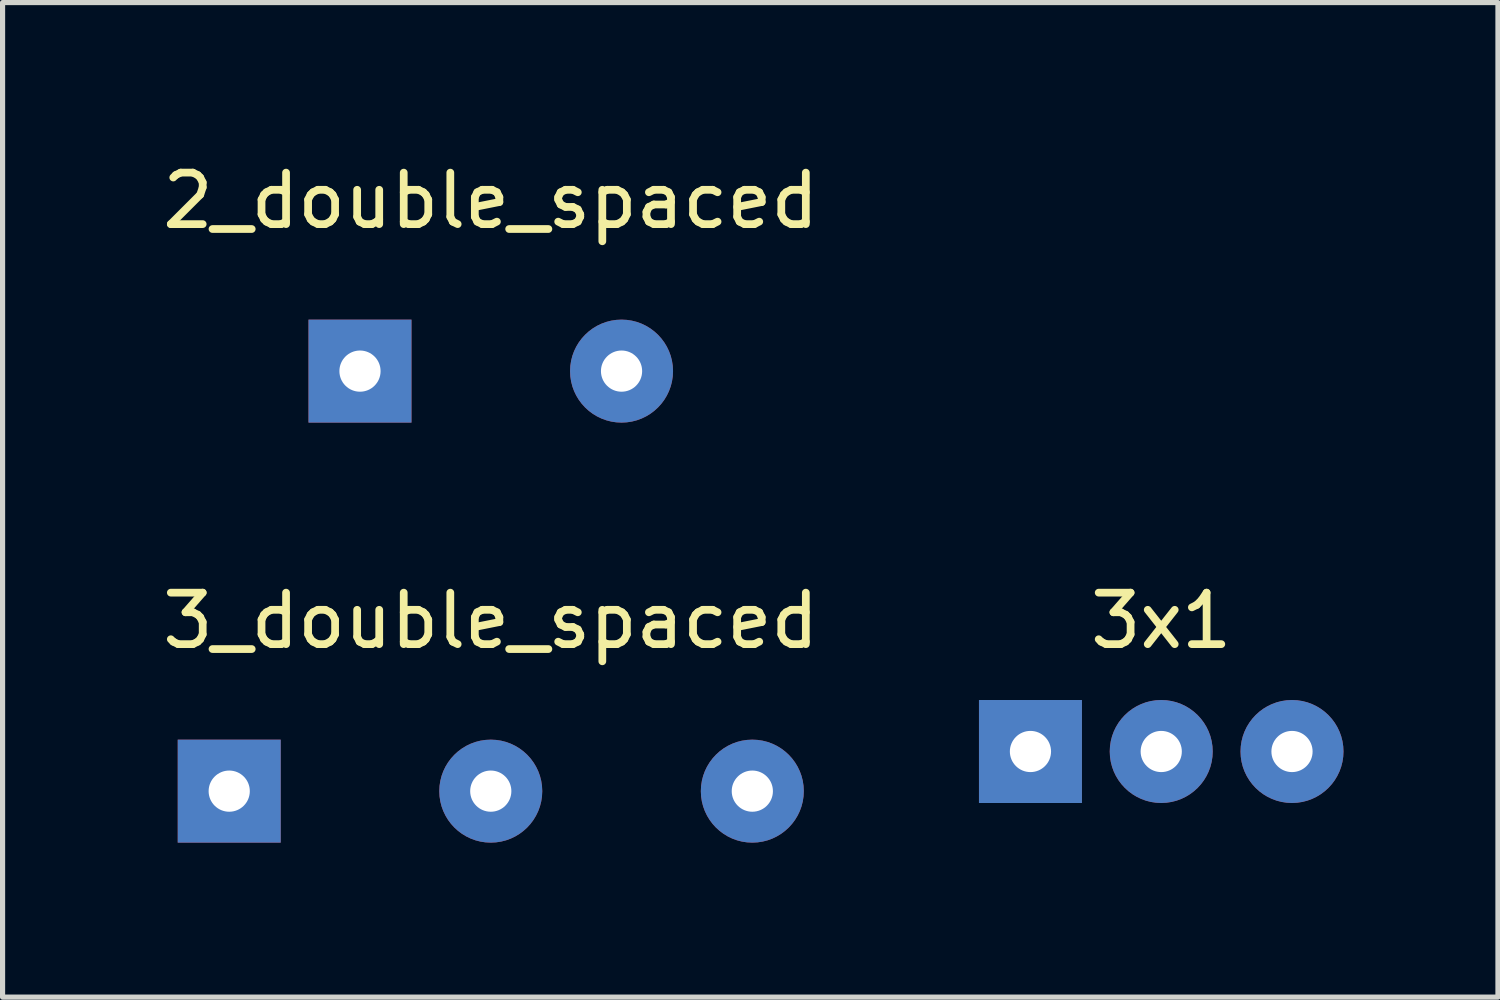
<source format=kicad_pcb>
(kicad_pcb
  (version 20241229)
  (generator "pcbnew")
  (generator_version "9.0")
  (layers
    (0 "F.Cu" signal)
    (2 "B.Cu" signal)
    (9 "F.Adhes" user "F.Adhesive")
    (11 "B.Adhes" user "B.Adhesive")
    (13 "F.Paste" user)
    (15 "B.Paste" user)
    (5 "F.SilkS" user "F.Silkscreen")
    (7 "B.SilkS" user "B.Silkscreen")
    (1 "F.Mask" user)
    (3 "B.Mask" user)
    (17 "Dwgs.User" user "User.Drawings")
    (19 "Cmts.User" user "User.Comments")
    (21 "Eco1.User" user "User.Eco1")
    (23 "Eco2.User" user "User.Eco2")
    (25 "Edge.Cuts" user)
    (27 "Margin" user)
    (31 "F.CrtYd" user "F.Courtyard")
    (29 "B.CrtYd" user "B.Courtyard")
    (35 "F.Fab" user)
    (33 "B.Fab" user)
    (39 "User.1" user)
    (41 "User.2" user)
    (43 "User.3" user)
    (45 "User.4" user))
  (footprint "2_double_spaced"
    (layer "F.Cu")
    (at 6.482 4.158)
    (property "Reference" "2_double_spaced" (at 0 -3.31 0) (layer "F.SilkS") (effects (font (size 1 1) (thickness 0.15))))
    (attr through_hole)
    (pad "1" thru_hole rect (at -2.54 0) (size 2 2) (drill 0.8) (layers "*.Cu" "*.Mask"))
    (pad "2" thru_hole circle (at 2.54 0) (size 2 2) (drill 0.8) (layers "*.Cu" "*.Mask")))
  (footprint "3_double_spaced"
    (layer "F.Cu")
    (at 6.482 12.316)
    (property "Reference" "3_double_spaced" (at 0 -3.31 0) (layer "F.SilkS") (effects (font (size 1 1) (thickness 0.15))))
    (attr through_hole)
    (pad "1" thru_hole rect (at -5.08 0) (size 2 2) (drill 0.8) (layers "*.Cu" "*.Mask"))
    (pad "2" thru_hole circle (at 0 0) (size 2 2) (drill 0.8) (layers "*.Cu" "*.Mask"))
    (pad "3" thru_hole circle (at 5.08 0) (size 2 2) (drill 0.8) (layers "*.Cu" "*.Mask")))
  (footprint "3x1"
    (layer "F.Cu")
    (at 19.504 11.546)
    (property "Reference" "3x1" (at 0 -2.54 0) (layer "F.SilkS") (effects (font (size 1 1) (thickness 0.15))))
    (attr through_hole)
    (pad "1" thru_hole rect (at -2.54 0) (size 2 2) (drill 0.8) (layers "*.Cu" "*.Mask"))
    (pad "2" thru_hole circle (at 0 0) (size 2 2) (drill 0.8) (layers "*.Cu" "*.Mask"))
    (pad "3" thru_hole circle (at 2.54 0) (size 2 2) (drill 0.8) (layers "*.Cu" "*.Mask")))
  (gr_rect
    (start -3 -3)
    (end 26.044 16.317)
    (stroke (width 0.1) (type default))
    (fill no)
    (layer "Edge.Cuts")))
</source>
